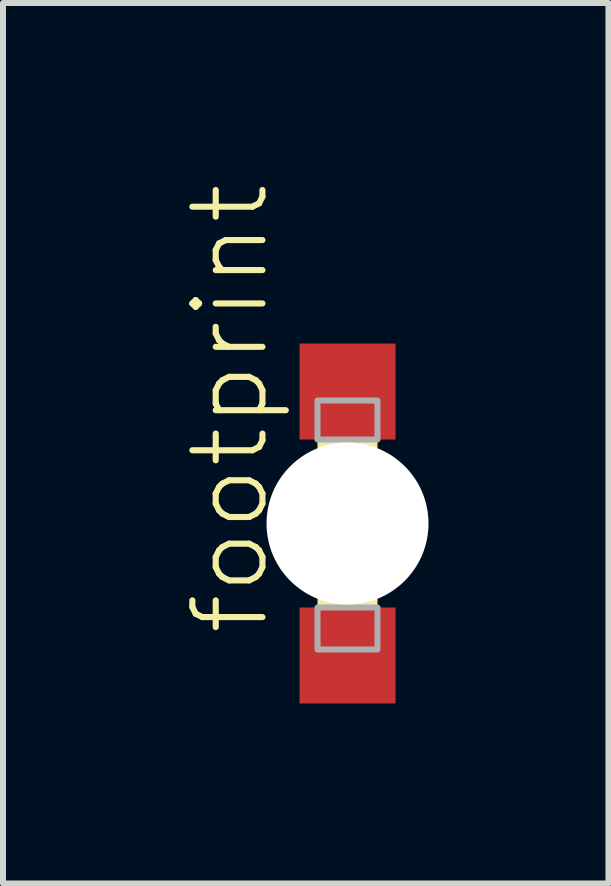
<source format=kicad_pcb>
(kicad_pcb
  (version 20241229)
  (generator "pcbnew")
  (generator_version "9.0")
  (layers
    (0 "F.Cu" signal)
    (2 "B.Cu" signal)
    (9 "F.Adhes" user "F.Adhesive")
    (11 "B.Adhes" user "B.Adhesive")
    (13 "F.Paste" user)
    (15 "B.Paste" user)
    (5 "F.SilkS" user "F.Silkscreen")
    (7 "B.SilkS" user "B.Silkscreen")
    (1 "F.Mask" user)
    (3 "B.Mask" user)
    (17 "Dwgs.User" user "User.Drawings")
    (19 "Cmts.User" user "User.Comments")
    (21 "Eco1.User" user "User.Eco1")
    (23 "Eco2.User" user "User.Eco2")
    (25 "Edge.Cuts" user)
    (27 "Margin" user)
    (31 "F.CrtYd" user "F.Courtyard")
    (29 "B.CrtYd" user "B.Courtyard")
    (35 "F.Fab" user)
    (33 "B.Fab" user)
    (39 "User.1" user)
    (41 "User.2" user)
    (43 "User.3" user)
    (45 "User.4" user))
  (footprint "footprint"
    (layer "F.Cu")
    (at 2.743 5.677)
    (property "Reference" "footprint" (at -1.27 1.905 90) (layer "F.SilkS") (effects (font (size 1.168 1.168) (thickness 0.102)) (justify left bottom)))
    (fp_poly (pts (xy -0.55 -1.5) (xy 0.55 -1.5) (xy 0.55 -2.1) (xy -0.55 -2.1)) (stroke (width 0) (type solid)) (fill yes) (layer "F.Mask"))
    (fp_poly (pts (xy -0.55 2.1) (xy 0.55 2.1) (xy 0.55 1.5) (xy -0.55 1.5)) (stroke (width 0) (type solid)) (fill yes) (layer "F.Mask"))
    (fp_line (start -0.7 -1) (end 0.7 -1) (stroke (width 0.102) (type solid)) (layer "F.SilkS"))
    (fp_line (start -0.7 0.75) (end -0.7 -1) (stroke (width 0.102) (type solid)) (layer "F.SilkS"))
    (fp_line (start -0.7 1) (end -0.7 0.75) (stroke (width 0.102) (type solid)) (layer "F.SilkS"))
    (fp_line (start -0.45 -0.7) (end 0.45 -0.7) (stroke (width 0.102) (type solid)) (layer "F.SilkS"))
    (fp_line (start -0.45 0.7) (end -0.45 -0.7) (stroke (width 0.102) (type solid)) (layer "F.SilkS"))
    (fp_line (start -0.45 1) (end -0.7 1) (stroke (width 0.102) (type solid)) (layer "F.SilkS"))
    (fp_line (start 0.35 1) (end -0.45 1) (stroke (width 0.102) (type solid)) (layer "F.SilkS"))
    (fp_line (start 0.45 -0.7) (end 0.45 0.7) (stroke (width 0.102) (type solid)) (layer "F.SilkS"))
    (fp_line (start 0.45 0.7) (end -0.45 0.7) (stroke (width 0.102) (type solid)) (layer "F.SilkS"))
    (fp_line (start 0.7 -1) (end 0.7 0.65) (stroke (width 0.102) (type solid)) (layer "F.SilkS"))
    (fp_line (start 0.7 0.65) (end 0.35 1) (stroke (width 0.102) (type solid)) (layer "F.SilkS"))
    (fp_line (start 0.7 0.65) (end 0.7 1) (stroke (width 0.102) (type solid)) (layer "F.SilkS"))
    (fp_line (start 0.7 1) (end 0.35 1) (stroke (width 0.102) (type solid)) (layer "F.SilkS"))
    (fp_poly (pts (xy -0.5 -1) (xy 0.5 -1) (xy 0.5 -1.4) (xy -0.5 -1.4)) (stroke (width 0) (type solid)) (fill yes) (layer "F.SilkS"))
    (fp_poly (pts (xy -0.5 1.4) (xy 0.5 1.4) (xy 0.5 1.05) (xy -0.5 1.05)) (stroke (width 0) (type solid)) (fill yes) (layer "F.SilkS"))
    (fp_poly (pts (xy -0.2 0.4) (xy 0.15 0.4) (xy 0.15 0.05) (xy -0.2 0.05)) (stroke (width 0) (type solid)) (fill yes) (layer "F.SilkS"))
    (fp_poly (pts (xy -0.5 -1.55) (xy 0.5 -1.55) (xy 0.5 -2.05) (xy -0.5 -2.05)) (stroke (width 0) (type solid)) (fill yes) (layer "F.Paste"))
    (fp_poly (pts (xy -0.5 2.05) (xy 0.5 2.05) (xy 0.5 1.55) (xy -0.5 1.55)) (stroke (width 0) (type solid)) (fill yes) (layer "F.Paste"))
    (fp_poly (pts (xy -0.5 -1.4) (xy 0.5 -1.4) (xy 0.5 -2.05) (xy -0.5 -2.05)) (stroke (width 0.1) (type solid)) (fill no) (layer "F.Fab"))
    (fp_poly (pts (xy -0.5 2.1) (xy 0.5 2.1) (xy 0.5 1.4) (xy -0.5 1.4)) (stroke (width 0.1) (type solid)) (fill no) (layer "F.Fab"))
    (pad "" np_thru_hole circle (at 0 0) (size 2.7 2.7) (drill 2.7) (layers "*.Cu" "*.Mask"))
    (pad "A" smd rect (at 0 -2.2) (size 1.6 1.6) (layers "F.Cu"))
    (pad "C" smd rect (at 0 2.2) (size 1.6 1.6) (layers "F.Cu")))
  (gr_rect
    (start -3 -3)
    (end 7.093 11.677)
    (stroke (width 0.1) (type default))
    (fill no)
    (layer "Edge.Cuts")))
</source>
